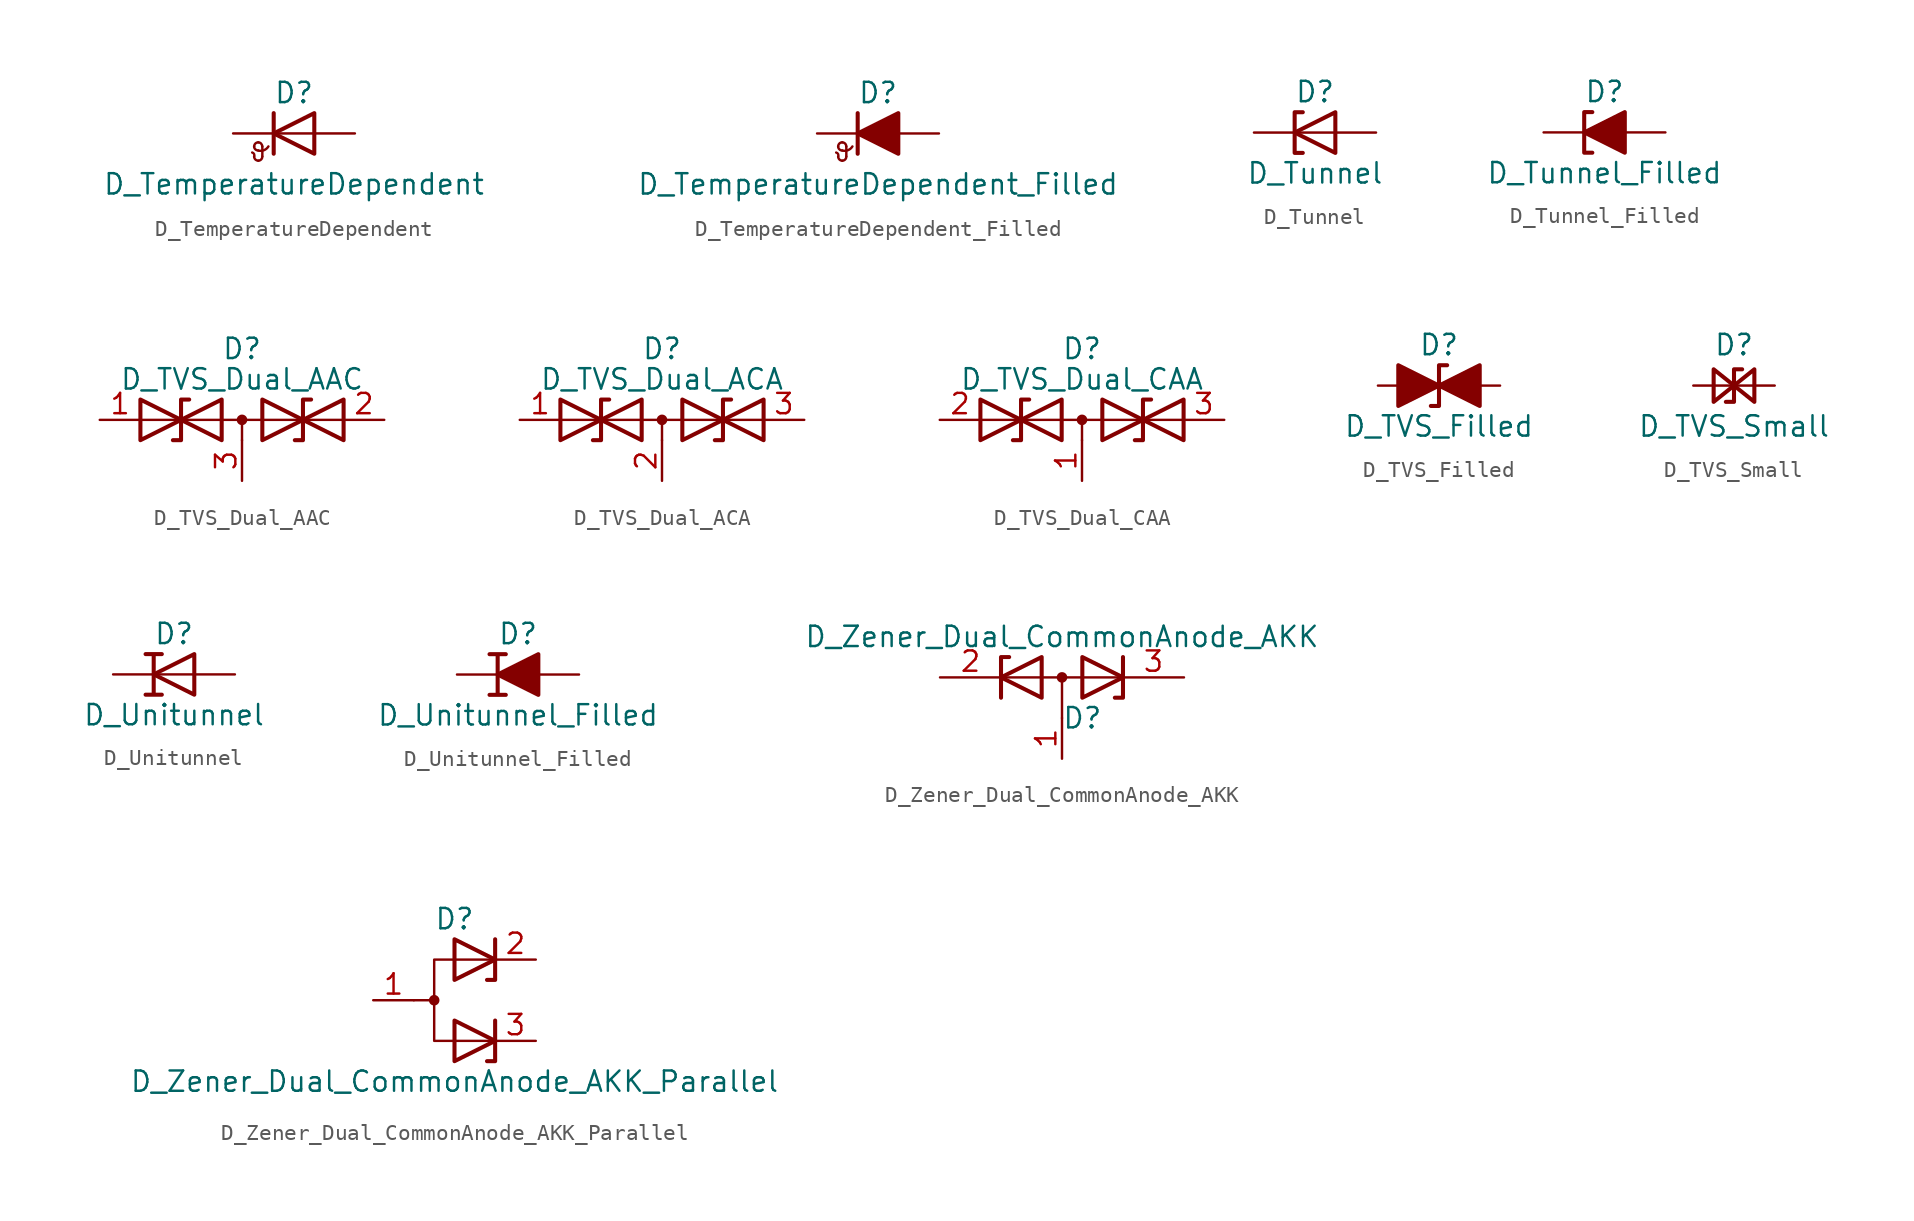
<source format=kicad_sym>
(kicad_symbol_lib
  (version 20241209)
  (generator "kicad_symbol_editor")
  (generator_version "9.0")
  (symbol "D_TemperatureDependent"
    (pin_numbers
      (hide yes))
    (pin_names
      (offset 1.016)
      (hide yes))
    (property "Reference" "D"
      (at 0 2.54 0)
      (effects (font (size 1.27 1.27))))
    (property "Value" "D_TemperatureDependent"
      (at 0 -3.175 0)
      (effects (font (size 1.27 1.27))))
    (symbol "D_TemperatureDependent_0_1"
      (arc (start -2.6162 -1.1938) (mid -2.4918 -1.2903) (end -2.4892 -1.4478) (stroke (width 0) (type default)) (fill (type none)))
      (arc (start -2.4892 -0.8128) (mid -2.4148 -0.6332) (end -2.2352 -0.5588) (stroke (width 0) (type default)) (fill (type none)))
      (arc (start -2.2352 -0.5588) (mid -2.0556 -0.6332) (end -1.9812 -0.8128) (stroke (width 0) (type default)) (fill (type none)))
      (arc (start -2.2352 -1.0668) (mid -2.4148 -0.9924) (end -2.4892 -0.8128) (stroke (width 0) (type default)) (fill (type none)))
      (arc (start -2.2352 -1.7018) (mid -2.4148 -1.6274) (end -2.4892 -1.4478) (stroke (width 0) (type default)) (fill (type none)))
      (arc (start -1.9812 -1.4478) (mid -2.0556 -1.6274) (end -2.2352 -1.7018) (stroke (width 0) (type default)) (fill (type none)))
      (arc (start -1.6002 -0.8128) (mid -1.8752 -1.046) (end -2.2352 -1.0668) (stroke (width 0) (type default)) (fill (type none)))
      (polyline (pts (xy -1.981 -1.422) (xy -1.981 -0.813)) (stroke (width 0) (type default)) (fill (type none)))
      (polyline (pts (xy -1.27 1.27) (xy -1.27 -1.27)) (stroke (width 0.254) (type default)) (fill (type none)))
      (polyline (pts (xy 1.27 0) (xy -1.27 0)) (stroke (width 0) (type default)) (fill (type none)))
      (polyline (pts (xy 1.27 -1.27) (xy 1.27 1.27) (xy -1.27 0) (xy 1.27 -1.27)) (stroke (width 0.254) (type default)) (fill (type none))))
    (symbol "D_TemperatureDependent_1_1"
      (pin passive line (at -3.81 0 0) (length 2.54) (name "K" (effects (font (size 1.27 1.27)))) (number "1" (effects (font (size 1.27 1.27)))))
      (pin passive line (at 3.81 0 180) (length 2.54) (name "A" (effects (font (size 1.27 1.27)))) (number "2" (effects (font (size 1.27 1.27)))))))
  (symbol "D_TemperatureDependent_Filled"
    (pin_numbers
      (hide yes))
    (pin_names
      (offset 1.016)
      (hide yes))
    (property "Reference" "D"
      (at 0 2.54 0)
      (effects (font (size 1.27 1.27))))
    (property "Value" "D_TemperatureDependent_Filled"
      (at 0 -3.175 0)
      (effects (font (size 1.27 1.27))))
    (symbol "D_TemperatureDependent_Filled_0_1"
      (arc (start -2.6162 -1.1938) (mid -2.4918 -1.2903) (end -2.4892 -1.4478) (stroke (width 0) (type default)) (fill (type none)))
      (arc (start -2.4892 -0.8128) (mid -2.4148 -0.6332) (end -2.2352 -0.5588) (stroke (width 0) (type default)) (fill (type none)))
      (arc (start -2.2352 -0.5588) (mid -2.0556 -0.6332) (end -1.9812 -0.8128) (stroke (width 0) (type default)) (fill (type none)))
      (arc (start -2.2352 -1.0668) (mid -2.4148 -0.9924) (end -2.4892 -0.8128) (stroke (width 0) (type default)) (fill (type none)))
      (arc (start -2.2352 -1.7018) (mid -2.4148 -1.6274) (end -2.4892 -1.4478) (stroke (width 0) (type default)) (fill (type none)))
      (arc (start -1.9812 -1.4478) (mid -2.0556 -1.6274) (end -2.2352 -1.7018) (stroke (width 0) (type default)) (fill (type none)))
      (arc (start -1.6002 -0.8128) (mid -1.8752 -1.046) (end -2.2352 -1.0668) (stroke (width 0) (type default)) (fill (type none)))
      (polyline (pts (xy -1.981 -1.422) (xy -1.981 -0.813)) (stroke (width 0) (type default)) (fill (type none)))
      (polyline (pts (xy -1.27 1.27) (xy -1.27 -1.27)) (stroke (width 0.254) (type default)) (fill (type none)))
      (polyline (pts (xy 1.27 0) (xy -1.27 0)) (stroke (width 0) (type default)) (fill (type none)))
      (polyline (pts (xy 1.27 -1.27) (xy 1.27 1.27) (xy -1.27 0) (xy 1.27 -1.27)) (stroke (width 0.254) (type default)) (fill (type outline))))
    (symbol "D_TemperatureDependent_Filled_1_1"
      (pin passive line (at -3.81 0 0) (length 2.54) (name "K" (effects (font (size 1.27 1.27)))) (number "1" (effects (font (size 1.27 1.27)))))
      (pin passive line (at 3.81 0 180) (length 2.54) (name "A" (effects (font (size 1.27 1.27)))) (number "2" (effects (font (size 1.27 1.27)))))))
  (symbol "D_Tunnel"
    (pin_numbers
      (hide yes))
    (pin_names
      (offset 1.016)
      (hide yes))
    (property "Reference" "D"
      (at 0 2.54 0)
      (effects (font (size 1.27 1.27))))
    (property "Value" "D_Tunnel"
      (at 0 -2.54 0)
      (effects (font (size 1.27 1.27))))
    (symbol "D_Tunnel_0_1"
      (polyline (pts (xy -0.762 1.27) (xy -1.27 1.27) (xy -1.27 -1.27) (xy -0.762 -1.27)) (stroke (width 0.254) (type default)) (fill (type none)))
      (polyline (pts (xy 1.27 0) (xy -1.27 0)) (stroke (width 0) (type default)) (fill (type none)))
      (polyline (pts (xy 1.27 -1.27) (xy 1.27 1.27) (xy -1.27 0) (xy 1.27 -1.27)) (stroke (width 0.254) (type default)) (fill (type none))))
    (symbol "D_Tunnel_1_1"
      (pin passive line (at -3.81 0 0) (length 2.54) (name "K" (effects (font (size 1.27 1.27)))) (number "1" (effects (font (size 1.27 1.27)))))
      (pin passive line (at 3.81 0 180) (length 2.54) (name "A" (effects (font (size 1.27 1.27)))) (number "2" (effects (font (size 1.27 1.27)))))))
  (symbol "D_Tunnel_Filled"
    (pin_numbers
      (hide yes))
    (pin_names
      (offset 1.016)
      (hide yes))
    (property "Reference" "D"
      (at 0 2.54 0)
      (effects (font (size 1.27 1.27))))
    (property "Value" "D_Tunnel_Filled"
      (at 0 -2.54 0)
      (effects (font (size 1.27 1.27))))
    (symbol "D_Tunnel_Filled_0_1"
      (polyline (pts (xy -0.762 1.27) (xy -1.27 1.27) (xy -1.27 -1.27) (xy -0.762 -1.27)) (stroke (width 0.254) (type default)) (fill (type none)))
      (polyline (pts (xy 1.27 0) (xy -1.27 0)) (stroke (width 0) (type default)) (fill (type none)))
      (polyline (pts (xy 1.27 -1.27) (xy 1.27 1.27) (xy -1.27 0) (xy 1.27 -1.27)) (stroke (width 0.254) (type default)) (fill (type outline))))
    (symbol "D_Tunnel_Filled_1_1"
      (pin passive line (at -3.81 0 0) (length 2.54) (name "K" (effects (font (size 1.27 1.27)))) (number "1" (effects (font (size 1.27 1.27)))))
      (pin passive line (at 3.81 0 180) (length 2.54) (name "A" (effects (font (size 1.27 1.27)))) (number "2" (effects (font (size 1.27 1.27)))))))
  (symbol "D_TVS_Dual_AAC"
    (pin_names
      (offset 1.016)
      (hide yes))
    (property "Reference" "D"
      (at 0 4.445 0)
      (effects (font (size 1.27 1.27))))
    (property "Value" "D_TVS_Dual_AAC"
      (at 0 2.54 0)
      (effects (font (size 1.27 1.27))))
    (symbol "D_TVS_Dual_AAC_0_0"
      (polyline (pts (xy 0 -1.27) (xy 0 0)) (stroke (width 0) (type default)) (fill (type none))))
    (symbol "D_TVS_Dual_AAC_0_1"
      (polyline (pts (xy -6.35 1.27) (xy -1.27 -1.27) (xy -1.27 1.27) (xy -6.35 -1.27) (xy -6.35 1.27)) (stroke (width 0.254) (type default)) (fill (type none)))
      (polyline (pts (xy -6.35 0) (xy 6.35 0)) (stroke (width 0) (type default)) (fill (type none)))
      (polyline (pts (xy -3.302 1.27) (xy -3.81 1.27) (xy -3.81 -1.27) (xy -4.318 -1.27)) (stroke (width 0.254) (type default)) (fill (type none)))
      (circle (center 0 0) (radius 0.254) (stroke (width 0) (type default)) (fill (type outline)))
      (polyline (pts (xy 4.318 1.27) (xy 3.81 1.27) (xy 3.81 -1.27) (xy 3.302 -1.27)) (stroke (width 0.254) (type default)) (fill (type none)))
      (polyline (pts (xy 6.35 1.27) (xy 1.27 -1.27) (xy 1.27 1.27) (xy 6.35 -1.27) (xy 6.35 1.27)) (stroke (width 0.254) (type default)) (fill (type none))))
    (symbol "D_TVS_Dual_AAC_1_1"
      (pin passive line (at -8.89 0 0) (length 2.54) (name "A1" (effects (font (size 1.27 1.27)))) (number "1" (effects (font (size 1.27 1.27)))))
      (pin passive line (at 0 -3.81 90) (length 2.54) (name "common" (effects (font (size 1.27 1.27)))) (number "3" (effects (font (size 1.27 1.27)))))
      (pin passive line (at 8.89 0 180) (length 2.54) (name "A2" (effects (font (size 1.27 1.27)))) (number "2" (effects (font (size 1.27 1.27)))))))
  (symbol "D_TVS_Dual_ACA"
    (pin_names
      (offset 1.016)
      (hide yes))
    (property "Reference" "D"
      (at 0 4.445 0)
      (effects (font (size 1.27 1.27))))
    (property "Value" "D_TVS_Dual_ACA"
      (at 0 2.54 0)
      (effects (font (size 1.27 1.27))))
    (symbol "D_TVS_Dual_ACA_0_0"
      (polyline (pts (xy -6.35 -1.27) (xy -1.27 1.27) (xy -1.27 -1.27) (xy -6.35 1.27) (xy -6.35 -1.27)) (stroke (width 0.254) (type default)) (fill (type none)))
      (polyline (pts (xy 1.27 1.27) (xy 1.27 -1.27) (xy 6.35 1.27) (xy 6.35 -1.27) (xy 1.27 1.27)) (stroke (width 0.254) (type default)) (fill (type none))))
    (symbol "D_TVS_Dual_ACA_0_1"
      (polyline (pts (xy -6.35 0) (xy 6.35 0)) (stroke (width 0) (type default)) (fill (type none)))
      (polyline (pts (xy -3.302 1.27) (xy -3.81 1.27) (xy -3.81 -1.27) (xy -4.318 -1.27)) (stroke (width 0.254) (type default)) (fill (type none)))
      (polyline (pts (xy 0 0) (xy 0 -1.27)) (stroke (width 0) (type default)) (fill (type none)))
      (circle (center 0 0) (radius 0.254) (stroke (width 0) (type default)) (fill (type outline)))
      (polyline (pts (xy 4.318 1.27) (xy 3.81 1.27) (xy 3.81 -1.27) (xy 3.302 -1.27)) (stroke (width 0.254) (type default)) (fill (type none))))
    (symbol "D_TVS_Dual_ACA_1_1"
      (pin passive line (at -8.89 0 0) (length 2.54) (name "A1" (effects (font (size 1.27 1.27)))) (number "1" (effects (font (size 1.27 1.27)))))
      (pin passive line (at 0 -3.81 90) (length 2.54) (name "common" (effects (font (size 1.27 1.27)))) (number "2" (effects (font (size 1.27 1.27)))))
      (pin passive line (at 8.89 0 180) (length 2.54) (name "A2" (effects (font (size 1.27 1.27)))) (number "3" (effects (font (size 1.27 1.27)))))))
  (symbol "D_TVS_Dual_CAA"
    (pin_names
      (offset 1.016)
      (hide yes))
    (property "Reference" "D"
      (at 0 4.445 0)
      (effects (font (size 1.27 1.27))))
    (property "Value" "D_TVS_Dual_CAA"
      (at 0 2.54 0)
      (effects (font (size 1.27 1.27))))
    (symbol "D_TVS_Dual_CAA_0_1"
      (polyline (pts (xy -6.35 0) (xy 6.35 0)) (stroke (width 0) (type default)) (fill (type none)))
      (polyline (pts (xy -6.35 -1.27) (xy -1.27 1.27) (xy -1.27 -1.27) (xy -6.35 1.27) (xy -6.35 -1.27)) (stroke (width 0.254) (type default)) (fill (type none)))
      (polyline (pts (xy -3.302 1.27) (xy -3.81 1.27) (xy -3.81 -1.27) (xy -4.318 -1.27)) (stroke (width 0.254) (type default)) (fill (type none)))
      (polyline (pts (xy 0 0) (xy 0 -1.27)) (stroke (width 0) (type default)) (fill (type none)))
      (circle (center 0 0) (radius 0.254) (stroke (width 0) (type default)) (fill (type outline)))
      (polyline (pts (xy 1.27 1.016) (xy 1.27 -1.27) (xy 6.35 1.27) (xy 6.35 -1.27) (xy 1.27 1.27) (xy 1.27 1.016)) (stroke (width 0.254) (type default)) (fill (type none)))
      (polyline (pts (xy 4.318 1.27) (xy 3.81 1.27) (xy 3.81 -1.27) (xy 3.302 -1.27)) (stroke (width 0.254) (type default)) (fill (type none))))
    (symbol "D_TVS_Dual_CAA_1_1"
      (pin passive line (at -8.89 0 0) (length 2.54) (name "A1" (effects (font (size 1.27 1.27)))) (number "2" (effects (font (size 1.27 1.27)))))
      (pin passive line (at 0 -3.81 90) (length 2.54) (name "common" (effects (font (size 1.27 1.27)))) (number "1" (effects (font (size 1.27 1.27)))))
      (pin passive line (at 8.89 0 180) (length 2.54) (name "A2" (effects (font (size 1.27 1.27)))) (number "3" (effects (font (size 1.27 1.27)))))))
  (symbol "D_TVS_Filled"
    (pin_numbers
      (hide yes))
    (pin_names
      (offset 1.016)
      (hide yes))
    (property "Reference" "D"
      (at 0 2.54 0)
      (effects (font (size 1.27 1.27))))
    (property "Value" "D_TVS_Filled"
      (at 0 -2.54 0)
      (effects (font (size 1.27 1.27))))
    (symbol "D_TVS_Filled_0_1"
      (polyline (pts (xy -2.54 -1.27) (xy 0 0) (xy -2.54 1.27) (xy -2.54 -1.27)) (stroke (width 0.254) (type default)) (fill (type outline)))
      (polyline (pts (xy 0.508 1.27) (xy 0 1.27) (xy 0 -1.27) (xy -0.508 -1.27)) (stroke (width 0.254) (type default)) (fill (type none)))
      (polyline (pts (xy 1.27 0) (xy -1.27 0)) (stroke (width 0) (type default)) (fill (type none)))
      (polyline (pts (xy 2.54 1.27) (xy 2.54 -1.27) (xy 0 0) (xy 2.54 1.27)) (stroke (width 0.254) (type default)) (fill (type outline))))
    (symbol "D_TVS_Filled_1_1"
      (pin passive line (at -3.81 0 0) (length 2.54) (name "A1" (effects (font (size 1.27 1.27)))) (number "1" (effects (font (size 1.27 1.27)))))
      (pin passive line (at 3.81 0 180) (length 2.54) (name "A2" (effects (font (size 1.27 1.27)))) (number "2" (effects (font (size 1.27 1.27)))))))
  (symbol "D_TVS_Small"
    (pin_numbers
      (hide yes))
    (pin_names
      (offset 1.016)
      (hide yes))
    (property "Reference" "D"
      (at 0 2.54 0)
      (effects (font (size 1.27 1.27))))
    (property "Value" "D_TVS_Small"
      (at 0 -2.54 0)
      (effects (font (size 1.27 1.27))))
    (symbol "D_TVS_Small_0_1"
      (polyline (pts (xy -1.27 1.016) (xy -1.27 -1.016) (xy 1.27 1.016) (xy 1.27 -1.016) (xy -1.27 1.016)) (stroke (width 0.254) (type default)) (fill (type none)))
      (polyline (pts (xy -1.27 0) (xy 1.27 0)) (stroke (width 0) (type default)) (fill (type none)))
      (polyline (pts (xy 0.508 1.016) (xy 0 1.016) (xy 0 -1.016) (xy -0.508 -1.016)) (stroke (width 0.254) (type default)) (fill (type none))))
    (symbol "D_TVS_Small_1_1"
      (pin passive line (at -2.54 0 0) (length 1.27) (name "A1" (effects (font (size 1.27 1.27)))) (number "1" (effects (font (size 1.27 1.27)))))
      (pin passive line (at 2.54 0 180) (length 1.27) (name "A2" (effects (font (size 1.27 1.27)))) (number "2" (effects (font (size 1.27 1.27)))))))
  (symbol "D_Unitunnel"
    (pin_numbers
      (hide yes))
    (pin_names
      (offset 1.016)
      (hide yes))
    (property "Reference" "D"
      (at 0 2.54 0)
      (effects (font (size 1.27 1.27))))
    (property "Value" "D_Unitunnel"
      (at 0 -2.54 0)
      (effects (font (size 1.27 1.27))))
    (symbol "D_Unitunnel_0_1"
      (polyline (pts (xy -1.778 -1.27) (xy -0.762 -1.27) (xy -1.27 -1.27) (xy -1.27 1.27) (xy -0.762 1.27) (xy -1.778 1.27)) (stroke (width 0.254) (type default)) (fill (type none)))
      (polyline (pts (xy 1.27 0) (xy -1.27 0)) (stroke (width 0) (type default)) (fill (type none)))
      (polyline (pts (xy 1.27 -1.27) (xy 1.27 1.27) (xy -1.27 0) (xy 1.27 -1.27)) (stroke (width 0.254) (type default)) (fill (type none))))
    (symbol "D_Unitunnel_1_1"
      (pin passive line (at -3.81 0 0) (length 2.54) (name "K" (effects (font (size 1.27 1.27)))) (number "1" (effects (font (size 1.27 1.27)))))
      (pin passive line (at 3.81 0 180) (length 2.54) (name "A" (effects (font (size 1.27 1.27)))) (number "2" (effects (font (size 1.27 1.27)))))))
  (symbol "D_Unitunnel_Filled"
    (pin_numbers
      (hide yes))
    (pin_names
      (offset 1.016)
      (hide yes))
    (property "Reference" "D"
      (at 0 2.54 0)
      (effects (font (size 1.27 1.27))))
    (property "Value" "D_Unitunnel_Filled"
      (at 0 -2.54 0)
      (effects (font (size 1.27 1.27))))
    (symbol "D_Unitunnel_Filled_0_1"
      (polyline (pts (xy -1.778 -1.27) (xy -0.762 -1.27) (xy -1.27 -1.27) (xy -1.27 1.27) (xy -0.762 1.27) (xy -1.778 1.27)) (stroke (width 0.254) (type default)) (fill (type none)))
      (polyline (pts (xy 1.27 0) (xy -1.27 0)) (stroke (width 0) (type default)) (fill (type none)))
      (polyline (pts (xy 1.27 -1.27) (xy 1.27 1.27) (xy -1.27 0) (xy 1.27 -1.27)) (stroke (width 0.254) (type default)) (fill (type outline))))
    (symbol "D_Unitunnel_Filled_1_1"
      (pin passive line (at -3.81 0 0) (length 2.54) (name "K" (effects (font (size 1.27 1.27)))) (number "1" (effects (font (size 1.27 1.27)))))
      (pin passive line (at 3.81 0 180) (length 2.54) (name "A" (effects (font (size 1.27 1.27)))) (number "2" (effects (font (size 1.27 1.27)))))))
  (symbol "D_Zener_Dual_CommonAnode_AKK"
    (pin_names
      (offset 0.762)
      (hide yes))
    (property "Reference" "D"
      (at 1.27 -2.54 0)
      (effects (font (size 1.27 1.27))))
    (property "Value" "D_Zener_Dual_CommonAnode_AKK"
      (at 0 2.54 0)
      (effects (font (size 1.27 1.27))))
    (symbol "D_Zener_Dual_CommonAnode_AKK_0_1"
      (polyline (pts (xy -3.81 -1.27) (xy -3.81 1.27) (xy -3.302 1.27)) (stroke (width 0.254) (type default)) (fill (type none)))
      (polyline (pts (xy -3.556 0) (xy 3.81 0)) (stroke (width 0) (type default)) (fill (type none)))
      (polyline (pts (xy -1.27 -1.27) (xy -3.81 0) (xy -1.27 1.27) (xy -1.27 -1.27) (xy -1.27 -1.27) (xy -1.27 -1.27)) (stroke (width 0.254) (type default)) (fill (type none)))
      (polyline (pts (xy 0 0) (xy 0 -2.54)) (stroke (width 0) (type default)) (fill (type none)))
      (circle (center 0 0) (radius 0.254) (stroke (width 0) (type default)) (fill (type outline)))
      (polyline (pts (xy 1.27 1.27) (xy 3.81 0) (xy 1.27 -1.27) (xy 1.27 1.27) (xy 1.27 1.27) (xy 1.27 1.27)) (stroke (width 0.254) (type default)) (fill (type none)))
      (polyline (pts (xy 3.81 1.27) (xy 3.81 -1.27) (xy 3.302 -1.27)) (stroke (width 0.254) (type default)) (fill (type none)))
      (pin passive line (at -7.62 0 0) (length 3.81) (name "K" (effects (font (size 1.27 1.27)))) (number "2" (effects (font (size 1.27 1.27)))))
      (pin passive line (at 0 -5.08 90) (length 2.54) (name "A" (effects (font (size 1.27 1.27)))) (number "1" (effects (font (size 1.27 1.27)))))
      (pin passive line (at 7.62 0 180) (length 3.81) (name "K" (effects (font (size 1.27 1.27)))) (number "3" (effects (font (size 1.27 1.27)))))))
  (symbol "D_Zener_Dual_CommonAnode_AKK_Parallel"
    (pin_names
      (offset 0.762)
      (hide yes))
    (property "Reference" "D"
      (at 0 5.08 0)
      (effects (font (size 1.27 1.27))))
    (property "Value" "D_Zener_Dual_CommonAnode_AKK_Parallel"
      (at 0 -5.08 0)
      (effects (font (size 1.27 1.27))))
    (symbol "D_Zener_Dual_CommonAnode_AKK_Parallel_0_0"
      (polyline (pts (xy 2.032 1.27) (xy 2.54 1.27) (xy 2.54 3.81)) (stroke (width 0.254) (type default)) (fill (type none)))
      (polyline (pts (xy 2.54 -1.27) (xy 2.54 -3.81) (xy 2.032 -3.81)) (stroke (width 0.254) (type default)) (fill (type none))))
    (symbol "D_Zener_Dual_CommonAnode_AKK_Parallel_0_1"
      (circle (center -1.27 0) (radius 0.254) (stroke (width 0) (type default)) (fill (type outline)))
      (polyline (pts (xy -1.27 0) (xy -2.54 0)) (stroke (width 0) (type default)) (fill (type none)))
      (polyline (pts (xy 0 3.81) (xy 2.54 2.54) (xy 0 1.27) (xy 0 3.81) (xy 0 3.81) (xy 0 3.81)) (stroke (width 0.254) (type default)) (fill (type none)))
      (polyline (pts (xy 0 -1.27) (xy 2.54 -2.54) (xy 0 -3.81) (xy 0 -1.27) (xy 0 -1.27) (xy 0 -1.27)) (stroke (width 0.254) (type default)) (fill (type none)))
      (polyline (pts (xy 2.54 2.54) (xy -1.27 2.54) (xy -1.27 -2.54) (xy 2.54 -2.54)) (stroke (width 0) (type default)) (fill (type none)))
      (pin passive line (at -5.08 0 0) (length 2.54) (name "A" (effects (font (size 1.27 1.27)))) (number "1" (effects (font (size 1.27 1.27)))))
      (pin passive line (at 5.08 2.54 180) (length 2.54) (name "K" (effects (font (size 1.27 1.27)))) (number "2" (effects (font (size 1.27 1.27)))))
      (pin passive line (at 5.08 -2.54 180) (length 2.54) (name "K" (effects (font (size 1.27 1.27)))) (number "3" (effects (font (size 1.27 1.27))))))))
</source>
